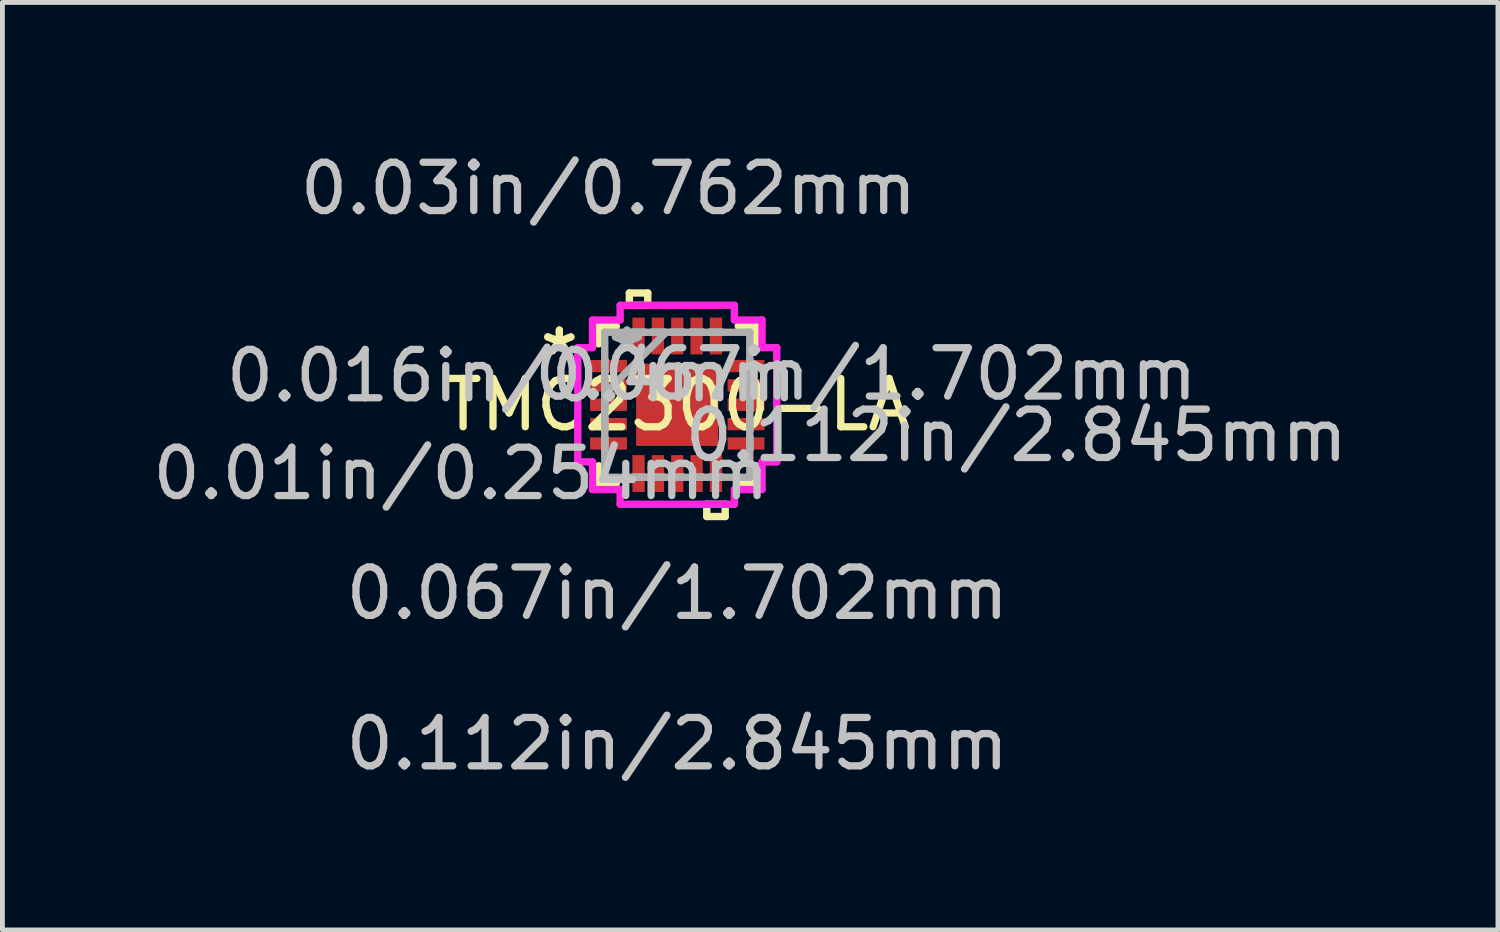
<source format=kicad_pcb>
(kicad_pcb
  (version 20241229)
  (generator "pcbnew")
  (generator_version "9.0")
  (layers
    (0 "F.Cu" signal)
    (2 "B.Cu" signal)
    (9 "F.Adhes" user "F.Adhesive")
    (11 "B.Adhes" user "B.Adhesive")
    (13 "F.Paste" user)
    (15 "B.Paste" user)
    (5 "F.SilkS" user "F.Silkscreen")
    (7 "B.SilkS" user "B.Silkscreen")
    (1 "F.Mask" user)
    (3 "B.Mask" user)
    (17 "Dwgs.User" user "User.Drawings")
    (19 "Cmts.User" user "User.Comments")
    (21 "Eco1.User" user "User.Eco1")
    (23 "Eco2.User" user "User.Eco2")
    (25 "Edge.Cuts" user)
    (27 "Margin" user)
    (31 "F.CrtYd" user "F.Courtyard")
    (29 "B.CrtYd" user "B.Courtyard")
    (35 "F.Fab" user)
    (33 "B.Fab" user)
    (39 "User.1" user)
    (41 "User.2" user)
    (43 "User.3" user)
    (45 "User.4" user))
  (footprint "TMC2300-LA"
    (layer "F.Cu")
    (at 10.953 5.319)
    (property "Reference" "TMC2300-LA" (at 0 0 0) (layer "F.SilkS") (effects (font (size 1 1) (thickness 0.15))))
    (attr through_hole)
    (fp_line (start -1.626 -1.626) (end -1.626 -1.26) (stroke (width 0.152) (type solid)) (layer "F.SilkS"))
    (fp_line (start -1.626 1.26) (end -1.626 1.626) (stroke (width 0.152) (type solid)) (layer "F.SilkS"))
    (fp_line (start -1.626 1.626) (end -1.26 1.626) (stroke (width 0.152) (type solid)) (layer "F.SilkS"))
    (fp_line (start -1.26 -1.626) (end -1.626 -1.626) (stroke (width 0.152) (type solid)) (layer "F.SilkS"))
    (fp_line (start -0.991 -2.311) (end -0.61 -2.311) (stroke (width 0.152) (type solid)) (layer "F.SilkS"))
    (fp_line (start -0.991 -2.057) (end -0.991 -2.311) (stroke (width 0.152) (type solid)) (layer "F.SilkS"))
    (fp_line (start -0.61 -2.311) (end -0.61 -2.057) (stroke (width 0.152) (type solid)) (layer "F.SilkS"))
    (fp_line (start -0.61 -2.057) (end -0.991 -2.057) (stroke (width 0.152) (type solid)) (layer "F.SilkS"))
    (fp_line (start 0.61 2.057) (end 0.61 2.311) (stroke (width 0.152) (type solid)) (layer "F.SilkS"))
    (fp_line (start 0.61 2.311) (end 0.991 2.311) (stroke (width 0.152) (type solid)) (layer "F.SilkS"))
    (fp_line (start 0.991 2.057) (end 0.61 2.057) (stroke (width 0.152) (type solid)) (layer "F.SilkS"))
    (fp_line (start 0.991 2.311) (end 0.991 2.057) (stroke (width 0.152) (type solid)) (layer "F.SilkS"))
    (fp_line (start 1.26 1.626) (end 1.626 1.626) (stroke (width 0.152) (type solid)) (layer "F.SilkS"))
    (fp_line (start 1.626 -1.626) (end 1.26 -1.626) (stroke (width 0.152) (type solid)) (layer "F.SilkS"))
    (fp_line (start 1.626 -1.26) (end 1.626 -1.626) (stroke (width 0.152) (type solid)) (layer "F.SilkS"))
    (fp_line (start 1.626 1.626) (end 1.626 1.26) (stroke (width 0.152) (type solid)) (layer "F.SilkS"))
    (fp_line (start -2.057 -1.181) (end -1.753 -1.181) (stroke (width 0.152) (type solid)) (layer "F.CrtYd"))
    (fp_line (start -2.057 1.181) (end -2.057 -1.181) (stroke (width 0.152) (type solid)) (layer "F.CrtYd"))
    (fp_line (start -1.753 -1.753) (end -1.181 -1.753) (stroke (width 0.152) (type solid)) (layer "F.CrtYd"))
    (fp_line (start -1.753 -1.181) (end -1.753 -1.753) (stroke (width 0.152) (type solid)) (layer "F.CrtYd"))
    (fp_line (start -1.753 1.181) (end -2.057 1.181) (stroke (width 0.152) (type solid)) (layer "F.CrtYd"))
    (fp_line (start -1.753 1.753) (end -1.753 1.181) (stroke (width 0.152) (type solid)) (layer "F.CrtYd"))
    (fp_line (start -1.181 -2.057) (end 1.181 -2.057) (stroke (width 0.152) (type solid)) (layer "F.CrtYd"))
    (fp_line (start -1.181 -1.753) (end -1.181 -2.057) (stroke (width 0.152) (type solid)) (layer "F.CrtYd"))
    (fp_line (start -1.181 1.753) (end -1.753 1.753) (stroke (width 0.152) (type solid)) (layer "F.CrtYd"))
    (fp_line (start -1.181 2.057) (end -1.181 1.753) (stroke (width 0.152) (type solid)) (layer "F.CrtYd"))
    (fp_line (start 1.181 -2.057) (end 1.181 -1.753) (stroke (width 0.152) (type solid)) (layer "F.CrtYd"))
    (fp_line (start 1.181 -1.753) (end 1.753 -1.753) (stroke (width 0.152) (type solid)) (layer "F.CrtYd"))
    (fp_line (start 1.181 1.753) (end 1.181 2.057) (stroke (width 0.152) (type solid)) (layer "F.CrtYd"))
    (fp_line (start 1.181 2.057) (end -1.181 2.057) (stroke (width 0.152) (type solid)) (layer "F.CrtYd"))
    (fp_line (start 1.753 -1.753) (end 1.753 -1.181) (stroke (width 0.152) (type solid)) (layer "F.CrtYd"))
    (fp_line (start 1.753 -1.181) (end 2.057 -1.181) (stroke (width 0.152) (type solid)) (layer "F.CrtYd"))
    (fp_line (start 1.753 1.181) (end 1.753 1.753) (stroke (width 0.152) (type solid)) (layer "F.CrtYd"))
    (fp_line (start 1.753 1.753) (end 1.181 1.753) (stroke (width 0.152) (type solid)) (layer "F.CrtYd"))
    (fp_line (start 2.057 -1.181) (end 2.057 1.181) (stroke (width 0.152) (type solid)) (layer "F.CrtYd"))
    (fp_line (start 2.057 1.181) (end 1.753 1.181) (stroke (width 0.152) (type solid)) (layer "F.CrtYd"))
    (fp_line (start -1.499 -1.499) (end -1.499 -1.499) (stroke (width 0.152) (type solid)) (layer "F.Fab"))
    (fp_line (start -1.499 -1.499) (end -1.499 1.499) (stroke (width 0.152) (type solid)) (layer "F.Fab"))
    (fp_line (start -1.499 -0.927) (end -1.499 -0.927) (stroke (width 0.152) (type solid)) (layer "F.Fab"))
    (fp_line (start -1.499 -0.927) (end -1.499 -0.673) (stroke (width 0.152) (type solid)) (layer "F.Fab"))
    (fp_line (start -1.499 -0.673) (end -1.499 -0.927) (stroke (width 0.152) (type solid)) (layer "F.Fab"))
    (fp_line (start -1.499 -0.673) (end -1.499 -0.673) (stroke (width 0.152) (type solid)) (layer "F.Fab"))
    (fp_line (start -1.499 -0.527) (end -1.499 -0.527) (stroke (width 0.152) (type solid)) (layer "F.Fab"))
    (fp_line (start -1.499 -0.527) (end -1.499 -0.273) (stroke (width 0.152) (type solid)) (layer "F.Fab"))
    (fp_line (start -1.499 -0.273) (end -1.499 -0.527) (stroke (width 0.152) (type solid)) (layer "F.Fab"))
    (fp_line (start -1.499 -0.273) (end -1.499 -0.273) (stroke (width 0.152) (type solid)) (layer "F.Fab"))
    (fp_line (start -1.499 -0.229) (end -0.229 -1.499) (stroke (width 0.152) (type solid)) (layer "F.Fab"))
    (fp_line (start -1.499 -0.127) (end -1.499 -0.127) (stroke (width 0.152) (type solid)) (layer "F.Fab"))
    (fp_line (start -1.499 -0.127) (end -1.499 0.127) (stroke (width 0.152) (type solid)) (layer "F.Fab"))
    (fp_line (start -1.499 0.127) (end -1.499 -0.127) (stroke (width 0.152) (type solid)) (layer "F.Fab"))
    (fp_line (start -1.499 0.127) (end -1.499 0.127) (stroke (width 0.152) (type solid)) (layer "F.Fab"))
    (fp_line (start -1.499 0.273) (end -1.499 0.273) (stroke (width 0.152) (type solid)) (layer "F.Fab"))
    (fp_line (start -1.499 0.273) (end -1.499 0.527) (stroke (width 0.152) (type solid)) (layer "F.Fab"))
    (fp_line (start -1.499 0.527) (end -1.499 0.273) (stroke (width 0.152) (type solid)) (layer "F.Fab"))
    (fp_line (start -1.499 0.527) (end -1.499 0.527) (stroke (width 0.152) (type solid)) (layer "F.Fab"))
    (fp_line (start -1.499 0.673) (end -1.499 0.673) (stroke (width 0.152) (type solid)) (layer "F.Fab"))
    (fp_line (start -1.499 0.673) (end -1.499 0.927) (stroke (width 0.152) (type solid)) (layer "F.Fab"))
    (fp_line (start -1.499 0.927) (end -1.499 0.673) (stroke (width 0.152) (type solid)) (layer "F.Fab"))
    (fp_line (start -1.499 0.927) (end -1.499 0.927) (stroke (width 0.152) (type solid)) (layer "F.Fab"))
    (fp_line (start -1.499 1.499) (end -1.499 1.499) (stroke (width 0.152) (type solid)) (layer "F.Fab"))
    (fp_line (start -1.499 1.499) (end 1.499 1.499) (stroke (width 0.152) (type solid)) (layer "F.Fab"))
    (fp_line (start -0.927 -1.499) (end -0.927 -1.499) (stroke (width 0.152) (type solid)) (layer "F.Fab"))
    (fp_line (start -0.927 -1.499) (end -0.673 -1.499) (stroke (width 0.152) (type solid)) (layer "F.Fab"))
    (fp_line (start -0.927 1.499) (end -0.927 1.499) (stroke (width 0.152) (type solid)) (layer "F.Fab"))
    (fp_line (start -0.927 1.499) (end -0.673 1.499) (stroke (width 0.152) (type solid)) (layer "F.Fab"))
    (fp_line (start -0.673 -1.499) (end -0.927 -1.499) (stroke (width 0.152) (type solid)) (layer "F.Fab"))
    (fp_line (start -0.673 -1.499) (end -0.673 -1.499) (stroke (width 0.152) (type solid)) (layer "F.Fab"))
    (fp_line (start -0.673 1.499) (end -0.927 1.499) (stroke (width 0.152) (type solid)) (layer "F.Fab"))
    (fp_line (start -0.673 1.499) (end -0.673 1.499) (stroke (width 0.152) (type solid)) (layer "F.Fab"))
    (fp_line (start -0.527 -1.499) (end -0.527 -1.499) (stroke (width 0.152) (type solid)) (layer "F.Fab"))
    (fp_line (start -0.527 -1.499) (end -0.273 -1.499) (stroke (width 0.152) (type solid)) (layer "F.Fab"))
    (fp_line (start -0.527 1.499) (end -0.527 1.499) (stroke (width 0.152) (type solid)) (layer "F.Fab"))
    (fp_line (start -0.527 1.499) (end -0.273 1.499) (stroke (width 0.152) (type solid)) (layer "F.Fab"))
    (fp_line (start -0.273 -1.499) (end -0.527 -1.499) (stroke (width 0.152) (type solid)) (layer "F.Fab"))
    (fp_line (start -0.273 -1.499) (end -0.273 -1.499) (stroke (width 0.152) (type solid)) (layer "F.Fab"))
    (fp_line (start -0.273 1.499) (end -0.527 1.499) (stroke (width 0.152) (type solid)) (layer "F.Fab"))
    (fp_line (start -0.273 1.499) (end -0.273 1.499) (stroke (width 0.152) (type solid)) (layer "F.Fab"))
    (fp_line (start -0.127 -1.499) (end -0.127 -1.499) (stroke (width 0.152) (type solid)) (layer "F.Fab"))
    (fp_line (start -0.127 -1.499) (end 0.127 -1.499) (stroke (width 0.152) (type solid)) (layer "F.Fab"))
    (fp_line (start -0.127 1.499) (end -0.127 1.499) (stroke (width 0.152) (type solid)) (layer "F.Fab"))
    (fp_line (start -0.127 1.499) (end 0.127 1.499) (stroke (width 0.152) (type solid)) (layer "F.Fab"))
    (fp_line (start 0.127 -1.499) (end -0.127 -1.499) (stroke (width 0.152) (type solid)) (layer "F.Fab"))
    (fp_line (start 0.127 -1.499) (end 0.127 -1.499) (stroke (width 0.152) (type solid)) (layer "F.Fab"))
    (fp_line (start 0.127 1.499) (end -0.127 1.499) (stroke (width 0.152) (type solid)) (layer "F.Fab"))
    (fp_line (start 0.127 1.499) (end 0.127 1.499) (stroke (width 0.152) (type solid)) (layer "F.Fab"))
    (fp_line (start 0.273 -1.499) (end 0.273 -1.499) (stroke (width 0.152) (type solid)) (layer "F.Fab"))
    (fp_line (start 0.273 -1.499) (end 0.527 -1.499) (stroke (width 0.152) (type solid)) (layer "F.Fab"))
    (fp_line (start 0.273 1.499) (end 0.273 1.499) (stroke (width 0.152) (type solid)) (layer "F.Fab"))
    (fp_line (start 0.273 1.499) (end 0.527 1.499) (stroke (width 0.152) (type solid)) (layer "F.Fab"))
    (fp_line (start 0.527 -1.499) (end 0.273 -1.499) (stroke (width 0.152) (type solid)) (layer "F.Fab"))
    (fp_line (start 0.527 -1.499) (end 0.527 -1.499) (stroke (width 0.152) (type solid)) (layer "F.Fab"))
    (fp_line (start 0.527 1.499) (end 0.273 1.499) (stroke (width 0.152) (type solid)) (layer "F.Fab"))
    (fp_line (start 0.527 1.499) (end 0.527 1.499) (stroke (width 0.152) (type solid)) (layer "F.Fab"))
    (fp_line (start 0.673 -1.499) (end 0.673 -1.499) (stroke (width 0.152) (type solid)) (layer "F.Fab"))
    (fp_line (start 0.673 -1.499) (end 0.927 -1.499) (stroke (width 0.152) (type solid)) (layer "F.Fab"))
    (fp_line (start 0.673 1.499) (end 0.673 1.499) (stroke (width 0.152) (type solid)) (layer "F.Fab"))
    (fp_line (start 0.673 1.499) (end 0.927 1.499) (stroke (width 0.152) (type solid)) (layer "F.Fab"))
    (fp_line (start 0.927 -1.499) (end 0.673 -1.499) (stroke (width 0.152) (type solid)) (layer "F.Fab"))
    (fp_line (start 0.927 -1.499) (end 0.927 -1.499) (stroke (width 0.152) (type solid)) (layer "F.Fab"))
    (fp_line (start 0.927 1.499) (end 0.673 1.499) (stroke (width 0.152) (type solid)) (layer "F.Fab"))
    (fp_line (start 0.927 1.499) (end 0.927 1.499) (stroke (width 0.152) (type solid)) (layer "F.Fab"))
    (fp_line (start 1.499 -1.499) (end -1.499 -1.499) (stroke (width 0.152) (type solid)) (layer "F.Fab"))
    (fp_line (start 1.499 -1.499) (end 1.499 -1.499) (stroke (width 0.152) (type solid)) (layer "F.Fab"))
    (fp_line (start 1.499 -0.927) (end 1.499 -0.927) (stroke (width 0.152) (type solid)) (layer "F.Fab"))
    (fp_line (start 1.499 -0.927) (end 1.499 -0.673) (stroke (width 0.152) (type solid)) (layer "F.Fab"))
    (fp_line (start 1.499 -0.673) (end 1.499 -0.927) (stroke (width 0.152) (type solid)) (layer "F.Fab"))
    (fp_line (start 1.499 -0.673) (end 1.499 -0.673) (stroke (width 0.152) (type solid)) (layer "F.Fab"))
    (fp_line (start 1.499 -0.527) (end 1.499 -0.527) (stroke (width 0.152) (type solid)) (layer "F.Fab"))
    (fp_line (start 1.499 -0.527) (end 1.499 -0.273) (stroke (width 0.152) (type solid)) (layer "F.Fab"))
    (fp_line (start 1.499 -0.273) (end 1.499 -0.527) (stroke (width 0.152) (type solid)) (layer "F.Fab"))
    (fp_line (start 1.499 -0.273) (end 1.499 -0.273) (stroke (width 0.152) (type solid)) (layer "F.Fab"))
    (fp_line (start 1.499 -0.127) (end 1.499 -0.127) (stroke (width 0.152) (type solid)) (layer "F.Fab"))
    (fp_line (start 1.499 -0.127) (end 1.499 0.127) (stroke (width 0.152) (type solid)) (layer "F.Fab"))
    (fp_line (start 1.499 0.127) (end 1.499 -0.127) (stroke (width 0.152) (type solid)) (layer "F.Fab"))
    (fp_line (start 1.499 0.127) (end 1.499 0.127) (stroke (width 0.152) (type solid)) (layer "F.Fab"))
    (fp_line (start 1.499 0.273) (end 1.499 0.273) (stroke (width 0.152) (type solid)) (layer "F.Fab"))
    (fp_line (start 1.499 0.273) (end 1.499 0.527) (stroke (width 0.152) (type solid)) (layer "F.Fab"))
    (fp_line (start 1.499 0.527) (end 1.499 0.273) (stroke (width 0.152) (type solid)) (layer "F.Fab"))
    (fp_line (start 1.499 0.527) (end 1.499 0.527) (stroke (width 0.152) (type solid)) (layer "F.Fab"))
    (fp_line (start 1.499 0.673) (end 1.499 0.673) (stroke (width 0.152) (type solid)) (layer "F.Fab"))
    (fp_line (start 1.499 0.673) (end 1.499 0.927) (stroke (width 0.152) (type solid)) (layer "F.Fab"))
    (fp_line (start 1.499 0.927) (end 1.499 0.673) (stroke (width 0.152) (type solid)) (layer "F.Fab"))
    (fp_line (start 1.499 0.927) (end 1.499 0.927) (stroke (width 0.152) (type solid)) (layer "F.Fab"))
    (fp_line (start 1.499 1.499) (end 1.499 -1.499) (stroke (width 0.152) (type solid)) (layer "F.Fab"))
    (fp_line (start 1.499 1.499) (end 1.499 1.499) (stroke (width 0.152) (type solid)) (layer "F.Fab"))
    (fp_text user "*" (at -2.438 -1 0) (layer "F.SilkS") (effects (font (size 1 1) (thickness 0.15))))
    (fp_text user "*" (at -2.438 -1 0) (layer "F.SilkS") (effects (font (size 1 1) (thickness 0.15))))
    (fp_text user "0.016in/0.4mm" (at -3.429 -0.6 0) (layer "Dwgs.User") (effects (font (size 1 1) (thickness 0.15))))
    (fp_text user "0.067in/1.702mm" (at 0 3.899 0) (layer "Dwgs.User") (effects (font (size 1 1) (thickness 0.15))))
    (fp_text user "0.067in/1.702mm" (at 3.899 -0.635 0) (layer "Dwgs.User") (effects (font (size 1 1) (thickness 0.15))))
    (fp_text user "0.112in/2.845mm" (at 0 7.01 0) (layer "Dwgs.User") (effects (font (size 1 1) (thickness 0.15))))
    (fp_text user "0.01in/0.254mm" (at -4.47 1.422 0) (layer "Dwgs.User") (effects (font (size 1 1) (thickness 0.15))))
    (fp_text user "0.112in/2.845mm" (at 7.01 0.635 0) (layer "Dwgs.User") (effects (font (size 1 1) (thickness 0.15))))
    (fp_text user "0.03in/0.762mm" (at -1.422 -4.47 0) (layer "Dwgs.User") (effects (font (size 1 1) (thickness 0.15))))
    (fp_text user "Copyright 2016 Accelerated Designs. All rights reserved." (at 0 0 0) (layer "Cmts.User") (effects (font (size 0.127 0.127) (thickness 0.002))))
    (fp_text user "*" (at -1.041 -1 0) (layer "F.Fab") (effects (font (size 1 1) (thickness 0.15))))
    (fp_text user "*" (at -1.041 -1 0) (layer "F.Fab") (effects (font (size 1 1) (thickness 0.15))))
    (pad "1" smd rect (at -1.422 -0.8 90) (size 0.254 0.762) (layers "F.Cu" "F.Mask" "F.Paste"))
    (pad "2" smd rect (at -1.422 -0.4 90) (size 0.254 0.762) (layers "F.Cu" "F.Mask" "F.Paste"))
    (pad "3" smd rect (at -1.422 0 90) (size 0.254 0.762) (layers "F.Cu" "F.Mask" "F.Paste"))
    (pad "4" smd rect (at -1.422 0.4 90) (size 0.254 0.762) (layers "F.Cu" "F.Mask" "F.Paste"))
    (pad "5" smd rect (at -1.422 0.8 90) (size 0.254 0.762) (layers "F.Cu" "F.Mask" "F.Paste"))
    (pad "6" smd rect (at -0.8 1.422) (size 0.254 0.762) (layers "F.Cu" "F.Mask" "F.Paste"))
    (pad "7" smd rect (at -0.4 1.422) (size 0.254 0.762) (layers "F.Cu" "F.Mask" "F.Paste"))
    (pad "8" smd rect (at 0 1.422) (size 0.254 0.762) (layers "F.Cu" "F.Mask" "F.Paste"))
    (pad "9" smd rect (at 0.4 1.422) (size 0.254 0.762) (layers "F.Cu" "F.Mask" "F.Paste"))
    (pad "10" smd rect (at 0.8 1.422) (size 0.254 0.762) (layers "F.Cu" "F.Mask" "F.Paste"))
    (pad "11" smd rect (at 1.422 0.8 90) (size 0.254 0.762) (layers "F.Cu" "F.Mask" "F.Paste"))
    (pad "12" smd rect (at 1.422 0.4 90) (size 0.254 0.762) (layers "F.Cu" "F.Mask" "F.Paste"))
    (pad "13" smd rect (at 1.422 0 90) (size 0.254 0.762) (layers "F.Cu" "F.Mask" "F.Paste"))
    (pad "14" smd rect (at 1.422 -0.4 90) (size 0.254 0.762) (layers "F.Cu" "F.Mask" "F.Paste"))
    (pad "15" smd rect (at 1.422 -0.8 90) (size 0.254 0.762) (layers "F.Cu" "F.Mask" "F.Paste"))
    (pad "16" smd rect (at 0.8 -1.422) (size 0.254 0.762) (layers "F.Cu" "F.Mask" "F.Paste"))
    (pad "17" smd rect (at 0.4 -1.422) (size 0.254 0.762) (layers "F.Cu" "F.Mask" "F.Paste"))
    (pad "18" smd rect (at 0 -1.422) (size 0.254 0.762) (layers "F.Cu" "F.Mask" "F.Paste"))
    (pad "19" smd rect (at -0.4 -1.422) (size 0.254 0.762) (layers "F.Cu" "F.Mask" "F.Paste"))
    (pad "20" smd rect (at -0.8 -1.422) (size 0.254 0.762) (layers "F.Cu" "F.Mask" "F.Paste"))
    (pad "21" smd rect (at 0 0) (size 1.702 1.702) (layers "F.Cu" "F.Mask" "F.Paste")))
  (gr_rect
    (start -3 -3)
    (end 27.921 16.177)
    (stroke (width 0.1) (type default))
    (fill no)
    (layer "Edge.Cuts")))
</source>
